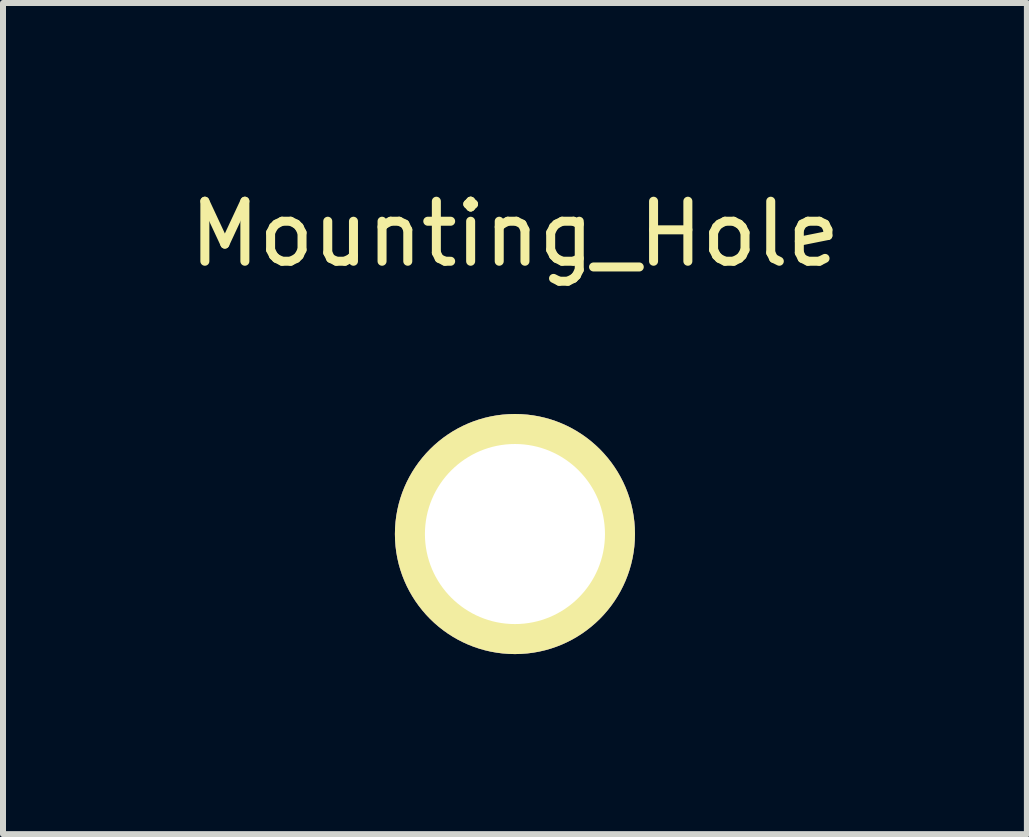
<source format=kicad_pcb>
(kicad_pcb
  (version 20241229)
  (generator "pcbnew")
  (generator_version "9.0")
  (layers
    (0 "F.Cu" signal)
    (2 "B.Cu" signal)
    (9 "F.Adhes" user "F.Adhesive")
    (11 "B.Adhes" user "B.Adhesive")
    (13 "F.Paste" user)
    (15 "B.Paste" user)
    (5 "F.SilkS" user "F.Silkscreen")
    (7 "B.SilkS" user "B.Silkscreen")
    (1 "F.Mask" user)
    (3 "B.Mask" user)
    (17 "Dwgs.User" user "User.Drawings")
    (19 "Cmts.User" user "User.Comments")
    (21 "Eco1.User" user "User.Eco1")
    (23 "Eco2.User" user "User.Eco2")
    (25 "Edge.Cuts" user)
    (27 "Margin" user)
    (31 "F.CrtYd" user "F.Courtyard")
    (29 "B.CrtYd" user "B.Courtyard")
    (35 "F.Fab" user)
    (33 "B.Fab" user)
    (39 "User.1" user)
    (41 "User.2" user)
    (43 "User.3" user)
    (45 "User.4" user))
  (footprint "Mounting_Hole"
    (layer "F.Cu")
    (at 5.53 5.848)
    (property "Reference" "Mounting_Hole" (at 0 -5 0) (layer "F.SilkS") (effects (font (size 1 1) (thickness 0.15))))
    (attr through_hole)
    (pad "" thru_hole circle (at 0 0) (size 4 4) (drill 3) (layers "*.Cu" "*.Mask" "F.SilkS")))
  (gr_rect
    (start -3 -3)
    (end 14.06 10.848)
    (stroke (width 0.1) (type default))
    (fill no)
    (layer "Edge.Cuts")))
</source>
